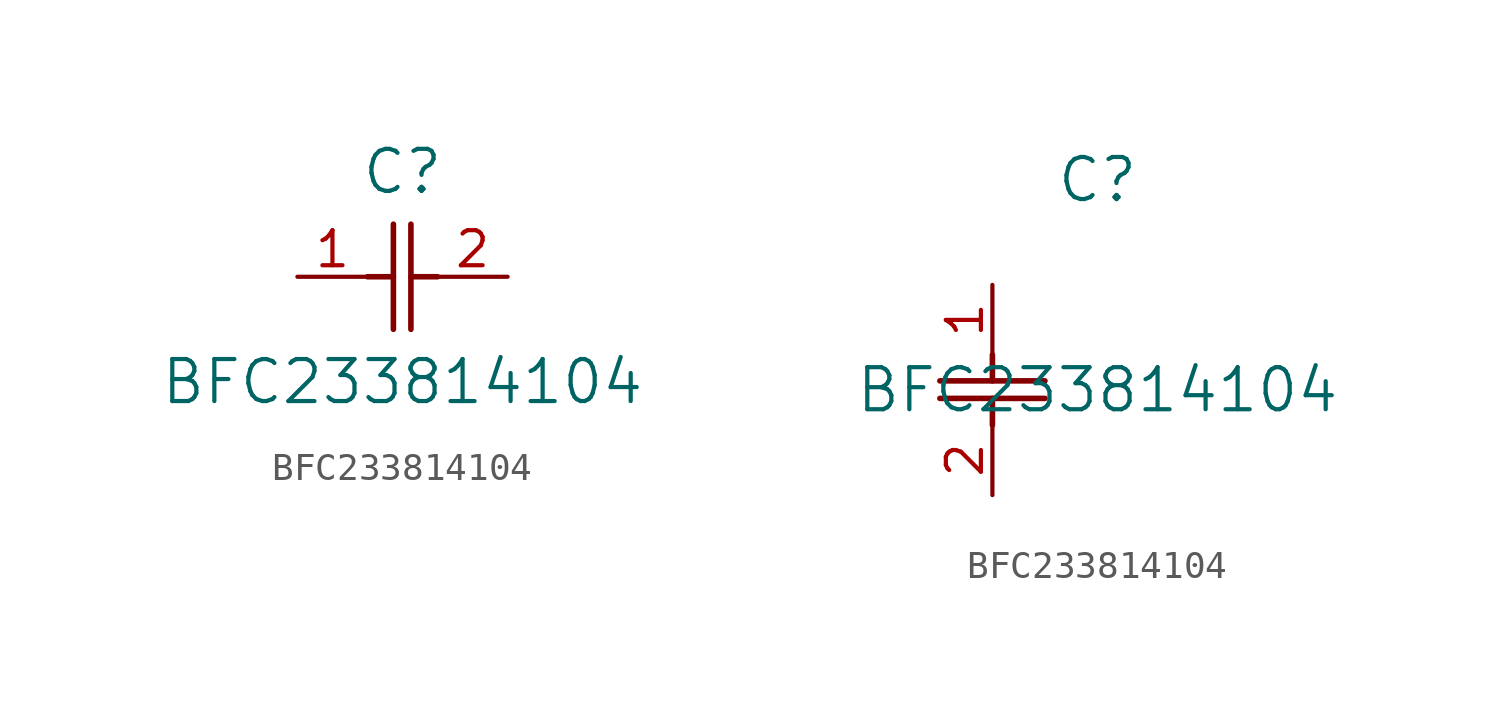
<source format=kicad_sym>
(kicad_symbol_lib
  (version 20211014)
  (generator kicad_symbol_editor)
  (symbol "BFC233814104"
    (pin_names
      (offset 0.254))
    (property "Reference" "C"
      (at 3.81 3.81 0)
      (effects (font (size 1.524 1.524))))
    (property "Value" "BFC233814104"
      (at 3.81 -3.81 0)
      (effects (font (size 1.524 1.524))))
    (symbol "BFC233814104_1_1"
      (polyline (pts (xy 3.48 -1.905) (xy 3.48 1.905)) (stroke (width 0.203) (type default) (color 0 0 0 0)) (fill (type none)))
      (polyline (pts (xy 4.115 -1.905) (xy 4.115 1.905)) (stroke (width 0.203) (type default) (color 0 0 0 0)) (fill (type none)))
      (polyline (pts (xy 4.115 0) (xy 5.08 0)) (stroke (width 0.203) (type default) (color 0 0 0 0)) (fill (type none)))
      (polyline (pts (xy 2.54 0) (xy 3.48 0)) (stroke (width 0.203) (type default) (color 0 0 0 0)) (fill (type none)))
      (pin unspecified line (at 0 0 0) (length 2.54) (name "" (effects (font (size 1.27 1.27)))) (number "1" (effects (font (size 1.27 1.27)))))
      (pin unspecified line (at 7.62 0 180) (length 2.54) (name "" (effects (font (size 1.27 1.27)))) (number "2" (effects (font (size 1.27 1.27))))))
    (symbol "BFC233814104_1_2"
      (polyline (pts (xy -1.905 -3.48) (xy 1.905 -3.48)) (stroke (width 0.203) (type default) (color 0 0 0 0)) (fill (type none)))
      (polyline (pts (xy -1.905 -4.115) (xy 1.905 -4.115)) (stroke (width 0.203) (type default) (color 0 0 0 0)) (fill (type none)))
      (polyline (pts (xy 0 -4.115) (xy 0 -5.08)) (stroke (width 0.203) (type default) (color 0 0 0 0)) (fill (type none)))
      (polyline (pts (xy 0 -2.54) (xy 0 -3.48)) (stroke (width 0.203) (type default) (color 0 0 0 0)) (fill (type none)))
      (pin unspecified line (at 0 0 270) (length 2.54) (name "" (effects (font (size 1.27 1.27)))) (number "1" (effects (font (size 1.27 1.27)))))
      (pin unspecified line (at 0 -7.62 90) (length 2.54) (name "" (effects (font (size 1.27 1.27)))) (number "2" (effects (font (size 1.27 1.27))))))))
</source>
